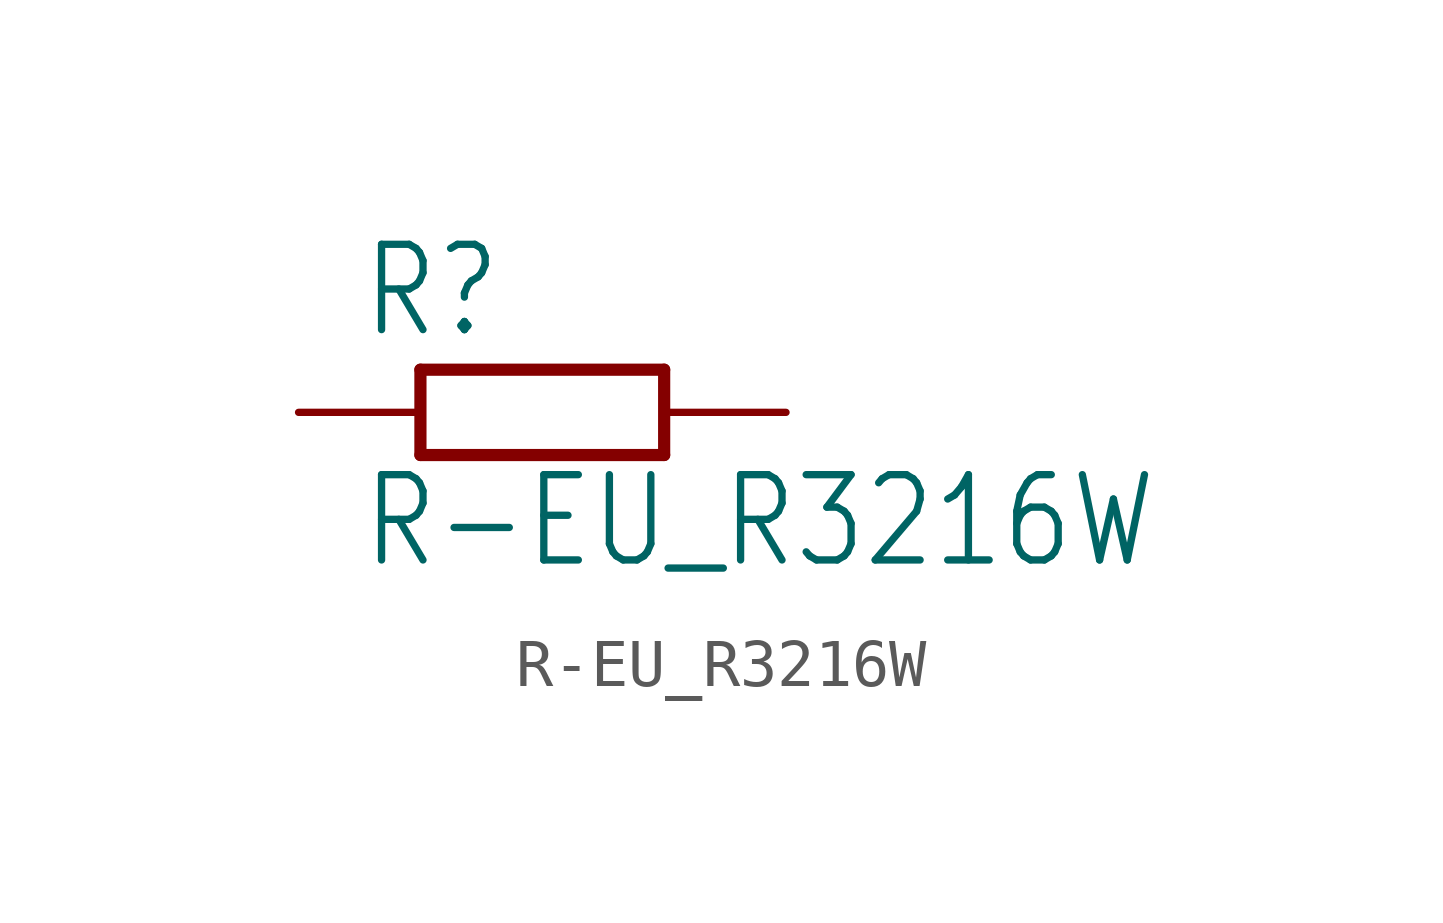
<source format=kicad_sym>
(kicad_symbol_lib
  (version 20220331)
  (generator kicad_symbol_editor)
  (symbol "R-EU_R3216W"
    (property "Reference" "R"
      (at -3.81 1.499 0)
      (effects (font (size 1.778 1.511)) (justify left bottom)))
    (property "Value" "R-EU_R3216W"
      (at -3.81 -3.302 0)
      (effects (font (size 1.778 1.511)) (justify left bottom)))
    (property "ki_locked" ""
      (at 0 0 0)
      (effects (font (size 1.27 1.27))))
    (symbol "R-EU_R3216W_1_0"
      (polyline (pts (xy -2.54 -0.889) (xy -2.54 0.889)) (stroke (width 0.254) (type solid)) (fill (type none)))
      (polyline (pts (xy -2.54 -0.889) (xy 2.54 -0.889)) (stroke (width 0.254) (type solid)) (fill (type none)))
      (polyline (pts (xy 2.54 -0.889) (xy 2.54 0.889)) (stroke (width 0.254) (type solid)) (fill (type none)))
      (polyline (pts (xy 2.54 0.889) (xy -2.54 0.889)) (stroke (width 0.254) (type solid)) (fill (type none)))
      (pin passive line (at -5.08 0 0) (length 2.54) (name "1" (effects (font (size 0 0)))) (number "1" (effects (font (size 0 0)))))
      (pin passive line (at 5.08 0 180) (length 2.54) (name "2" (effects (font (size 0 0)))) (number "2" (effects (font (size 0 0))))))))
</source>
